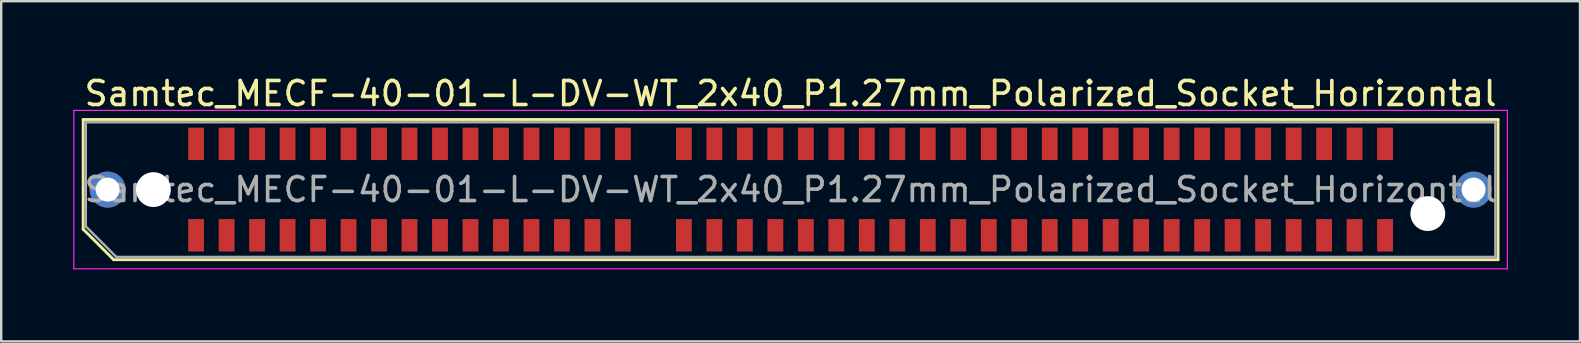
<source format=kicad_pcb>
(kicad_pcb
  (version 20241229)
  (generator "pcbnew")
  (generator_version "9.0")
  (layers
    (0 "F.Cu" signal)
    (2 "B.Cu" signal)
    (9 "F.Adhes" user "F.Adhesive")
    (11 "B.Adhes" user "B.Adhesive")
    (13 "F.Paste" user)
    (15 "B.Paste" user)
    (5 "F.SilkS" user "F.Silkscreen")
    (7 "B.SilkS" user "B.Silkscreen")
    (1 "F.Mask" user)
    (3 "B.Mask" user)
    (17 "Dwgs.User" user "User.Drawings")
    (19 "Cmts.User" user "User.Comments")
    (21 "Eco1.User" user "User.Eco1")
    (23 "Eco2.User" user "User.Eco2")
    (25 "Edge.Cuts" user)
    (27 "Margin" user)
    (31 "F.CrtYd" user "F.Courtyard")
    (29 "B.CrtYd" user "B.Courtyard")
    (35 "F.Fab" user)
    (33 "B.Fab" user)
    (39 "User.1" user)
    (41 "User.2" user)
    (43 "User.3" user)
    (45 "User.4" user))
  (footprint "Samtec_MECF-40-01-L-DV-WT_2x40_P1.27mm_Polarized_Socket_Horizontal"
    (layer "F.Cu")
    (at 29.885 4.848)
    (property "Reference" "Samtec_MECF-40-01-L-DV-WT_2x40_P1.27mm_Polarized_Socket_Horizontal" (at 0 -4 0) (layer "F.SilkS") (effects (font (size 1 1) (thickness 0.15))))
    (attr smd)
    (fp_line (start -29.47 -2.92) (end 29.47 -2.92) (stroke (width 0.12) (type solid)) (layer "F.SilkS"))
    (fp_line (start -29.47 1.65) (end -29.47 -2.92) (stroke (width 0.12) (type solid)) (layer "F.SilkS"))
    (fp_line (start -28.2 2.92) (end -29.47 1.65) (stroke (width 0.12) (type solid)) (layer "F.SilkS"))
    (fp_line (start -28.2 2.92) (end 29.47 2.92) (stroke (width 0.12) (type solid)) (layer "F.SilkS"))
    (fp_line (start 29.47 2.92) (end 29.47 -2.92) (stroke (width 0.12) (type solid)) (layer "F.SilkS"))
    (fp_line (start -29.86 -3.3) (end -29.86 3.3) (stroke (width 0.05) (type solid)) (layer "F.CrtYd"))
    (fp_line (start -29.86 3.3) (end 29.86 3.3) (stroke (width 0.05) (type solid)) (layer "F.CrtYd"))
    (fp_line (start 29.86 -3.3) (end -29.86 -3.3) (stroke (width 0.05) (type solid)) (layer "F.CrtYd"))
    (fp_line (start 29.86 3.3) (end 29.86 -3.3) (stroke (width 0.05) (type solid)) (layer "F.CrtYd"))
    (fp_line (start -29.36 -2.805) (end 29.36 -2.805) (stroke (width 0.1) (type solid)) (layer "F.Fab"))
    (fp_line (start -29.36 1.535) (end -29.36 -2.805) (stroke (width 0.1) (type solid)) (layer "F.Fab"))
    (fp_line (start -29.36 1.535) (end -28.09 2.805) (stroke (width 0.1) (type solid)) (layer "F.Fab"))
    (fp_line (start -28.09 2.805) (end 29.36 2.805) (stroke (width 0.1) (type solid)) (layer "F.Fab"))
    (fp_line (start 29.36 2.805) (end 29.36 -2.805) (stroke (width 0.1) (type solid)) (layer "F.Fab"))
    (fp_text user "${REFERENCE}" (at 0 0 0) (layer "F.Fab") (effects (font (size 1 1) (thickness 0.15))))
    (pad "" thru_hole circle (at -28.45 0) (size 1.5 1.5) (drill 1) (layers "*.Cu" "*.Mask"))
    (pad "" np_thru_hole circle (at -26.545 0) (size 1.45 1.45) (drill 1.45) (layers "*.Cu" "*.Mask"))
    (pad "" np_thru_hole circle (at 26.545 1) (size 1.45 1.45) (drill 1.45) (layers "*.Cu" "*.Mask"))
    (pad "" thru_hole circle (at 28.45 0) (size 1.5 1.5) (drill 1) (layers "*.Cu" "*.Mask"))
    (pad "1" smd rect (at -24.765 1.905) (size 0.66 1.35) (layers "F.Cu" "F.Mask" "F.Paste"))
    (pad "2" smd rect (at -24.765 -1.905) (size 0.66 1.35) (layers "F.Cu" "F.Mask" "F.Paste"))
    (pad "3" smd rect (at -23.495 1.905) (size 0.66 1.35) (layers "F.Cu" "F.Mask" "F.Paste"))
    (pad "4" smd rect (at -23.495 -1.905) (size 0.66 1.35) (layers "F.Cu" "F.Mask" "F.Paste"))
    (pad "5" smd rect (at -22.225 1.905) (size 0.66 1.35) (layers "F.Cu" "F.Mask" "F.Paste"))
    (pad "6" smd rect (at -22.225 -1.905) (size 0.66 1.35) (layers "F.Cu" "F.Mask" "F.Paste"))
    (pad "7" smd rect (at -20.955 1.905) (size 0.66 1.35) (layers "F.Cu" "F.Mask" "F.Paste"))
    (pad "8" smd rect (at -20.955 -1.905) (size 0.66 1.35) (layers "F.Cu" "F.Mask" "F.Paste"))
    (pad "9" smd rect (at -19.685 1.905) (size 0.66 1.35) (layers "F.Cu" "F.Mask" "F.Paste"))
    (pad "10" smd rect (at -19.685 -1.905) (size 0.66 1.35) (layers "F.Cu" "F.Mask" "F.Paste"))
    (pad "11" smd rect (at -18.415 1.905) (size 0.66 1.35) (layers "F.Cu" "F.Mask" "F.Paste"))
    (pad "12" smd rect (at -18.415 -1.905) (size 0.66 1.35) (layers "F.Cu" "F.Mask" "F.Paste"))
    (pad "13" smd rect (at -17.145 1.905) (size 0.66 1.35) (layers "F.Cu" "F.Mask" "F.Paste"))
    (pad "14" smd rect (at -17.145 -1.905) (size 0.66 1.35) (layers "F.Cu" "F.Mask" "F.Paste"))
    (pad "15" smd rect (at -15.875 1.905) (size 0.66 1.35) (layers "F.Cu" "F.Mask" "F.Paste"))
    (pad "16" smd rect (at -15.875 -1.905) (size 0.66 1.35) (layers "F.Cu" "F.Mask" "F.Paste"))
    (pad "17" smd rect (at -14.605 1.905) (size 0.66 1.35) (layers "F.Cu" "F.Mask" "F.Paste"))
    (pad "18" smd rect (at -14.605 -1.905) (size 0.66 1.35) (layers "F.Cu" "F.Mask" "F.Paste"))
    (pad "19" smd rect (at -13.335 1.905) (size 0.66 1.35) (layers "F.Cu" "F.Mask" "F.Paste"))
    (pad "20" smd rect (at -13.335 -1.905) (size 0.66 1.35) (layers "F.Cu" "F.Mask" "F.Paste"))
    (pad "21" smd rect (at -12.065 1.905) (size 0.66 1.35) (layers "F.Cu" "F.Mask" "F.Paste"))
    (pad "22" smd rect (at -12.065 -1.905) (size 0.66 1.35) (layers "F.Cu" "F.Mask" "F.Paste"))
    (pad "23" smd rect (at -10.795 1.905) (size 0.66 1.35) (layers "F.Cu" "F.Mask" "F.Paste"))
    (pad "24" smd rect (at -10.795 -1.905) (size 0.66 1.35) (layers "F.Cu" "F.Mask" "F.Paste"))
    (pad "25" smd rect (at -9.525 1.905) (size 0.66 1.35) (layers "F.Cu" "F.Mask" "F.Paste"))
    (pad "26" smd rect (at -9.525 -1.905) (size 0.66 1.35) (layers "F.Cu" "F.Mask" "F.Paste"))
    (pad "27" smd rect (at -8.255 1.905) (size 0.66 1.35) (layers "F.Cu" "F.Mask" "F.Paste"))
    (pad "28" smd rect (at -8.255 -1.905) (size 0.66 1.35) (layers "F.Cu" "F.Mask" "F.Paste"))
    (pad "29" smd rect (at -6.985 1.905) (size 0.66 1.35) (layers "F.Cu" "F.Mask" "F.Paste"))
    (pad "30" smd rect (at -6.985 -1.905) (size 0.66 1.35) (layers "F.Cu" "F.Mask" "F.Paste"))
    (pad "33" smd rect (at -4.445 1.905) (size 0.66 1.35) (layers "F.Cu" "F.Mask" "F.Paste"))
    (pad "34" smd rect (at -4.445 -1.905) (size 0.66 1.35) (layers "F.Cu" "F.Mask" "F.Paste"))
    (pad "35" smd rect (at -3.175 1.905) (size 0.66 1.35) (layers "F.Cu" "F.Mask" "F.Paste"))
    (pad "36" smd rect (at -3.175 -1.905) (size 0.66 1.35) (layers "F.Cu" "F.Mask" "F.Paste"))
    (pad "37" smd rect (at -1.905 1.905) (size 0.66 1.35) (layers "F.Cu" "F.Mask" "F.Paste"))
    (pad "38" smd rect (at -1.905 -1.905) (size 0.66 1.35) (layers "F.Cu" "F.Mask" "F.Paste"))
    (pad "39" smd rect (at -0.635 1.905) (size 0.66 1.35) (layers "F.Cu" "F.Mask" "F.Paste"))
    (pad "40" smd rect (at -0.635 -1.905) (size 0.66 1.35) (layers "F.Cu" "F.Mask" "F.Paste"))
    (pad "41" smd rect (at 0.635 1.905) (size 0.66 1.35) (layers "F.Cu" "F.Mask" "F.Paste"))
    (pad "42" smd rect (at 0.635 -1.905) (size 0.66 1.35) (layers "F.Cu" "F.Mask" "F.Paste"))
    (pad "43" smd rect (at 1.905 1.905) (size 0.66 1.35) (layers "F.Cu" "F.Mask" "F.Paste"))
    (pad "44" smd rect (at 1.905 -1.905) (size 0.66 1.35) (layers "F.Cu" "F.Mask" "F.Paste"))
    (pad "45" smd rect (at 3.175 1.905) (size 0.66 1.35) (layers "F.Cu" "F.Mask" "F.Paste"))
    (pad "46" smd rect (at 3.175 -1.905) (size 0.66 1.35) (layers "F.Cu" "F.Mask" "F.Paste"))
    (pad "47" smd rect (at 4.445 1.905) (size 0.66 1.35) (layers "F.Cu" "F.Mask" "F.Paste"))
    (pad "48" smd rect (at 4.445 -1.905) (size 0.66 1.35) (layers "F.Cu" "F.Mask" "F.Paste"))
    (pad "49" smd rect (at 5.715 1.905) (size 0.66 1.35) (layers "F.Cu" "F.Mask" "F.Paste"))
    (pad "50" smd rect (at 5.715 -1.905) (size 0.66 1.35) (layers "F.Cu" "F.Mask" "F.Paste"))
    (pad "51" smd rect (at 6.985 1.905) (size 0.66 1.35) (layers "F.Cu" "F.Mask" "F.Paste"))
    (pad "52" smd rect (at 6.985 -1.905) (size 0.66 1.35) (layers "F.Cu" "F.Mask" "F.Paste"))
    (pad "53" smd rect (at 8.255 1.905) (size 0.66 1.35) (layers "F.Cu" "F.Mask" "F.Paste"))
    (pad "54" smd rect (at 8.255 -1.905) (size 0.66 1.35) (layers "F.Cu" "F.Mask" "F.Paste"))
    (pad "55" smd rect (at 9.525 1.905) (size 0.66 1.35) (layers "F.Cu" "F.Mask" "F.Paste"))
    (pad "56" smd rect (at 9.525 -1.905) (size 0.66 1.35) (layers "F.Cu" "F.Mask" "F.Paste"))
    (pad "57" smd rect (at 10.795 1.905) (size 0.66 1.35) (layers "F.Cu" "F.Mask" "F.Paste"))
    (pad "58" smd rect (at 10.795 -1.905) (size 0.66 1.35) (layers "F.Cu" "F.Mask" "F.Paste"))
    (pad "59" smd rect (at 12.065 1.905) (size 0.66 1.35) (layers "F.Cu" "F.Mask" "F.Paste"))
    (pad "60" smd rect (at 12.065 -1.905) (size 0.66 1.35) (layers "F.Cu" "F.Mask" "F.Paste"))
    (pad "61" smd rect (at 13.335 1.905) (size 0.66 1.35) (layers "F.Cu" "F.Mask" "F.Paste"))
    (pad "62" smd rect (at 13.335 -1.905) (size 0.66 1.35) (layers "F.Cu" "F.Mask" "F.Paste"))
    (pad "63" smd rect (at 14.605 1.905) (size 0.66 1.35) (layers "F.Cu" "F.Mask" "F.Paste"))
    (pad "64" smd rect (at 14.605 -1.905) (size 0.66 1.35) (layers "F.Cu" "F.Mask" "F.Paste"))
    (pad "65" smd rect (at 15.875 1.905) (size 0.66 1.35) (layers "F.Cu" "F.Mask" "F.Paste"))
    (pad "66" smd rect (at 15.875 -1.905) (size 0.66 1.35) (layers "F.Cu" "F.Mask" "F.Paste"))
    (pad "67" smd rect (at 17.145 1.905) (size 0.66 1.35) (layers "F.Cu" "F.Mask" "F.Paste"))
    (pad "68" smd rect (at 17.145 -1.905) (size 0.66 1.35) (layers "F.Cu" "F.Mask" "F.Paste"))
    (pad "69" smd rect (at 18.415 1.905) (size 0.66 1.35) (layers "F.Cu" "F.Mask" "F.Paste"))
    (pad "70" smd rect (at 18.415 -1.905) (size 0.66 1.35) (layers "F.Cu" "F.Mask" "F.Paste"))
    (pad "71" smd rect (at 19.685 1.905) (size 0.66 1.35) (layers "F.Cu" "F.Mask" "F.Paste"))
    (pad "72" smd rect (at 19.685 -1.905) (size 0.66 1.35) (layers "F.Cu" "F.Mask" "F.Paste"))
    (pad "73" smd rect (at 20.955 1.905) (size 0.66 1.35) (layers "F.Cu" "F.Mask" "F.Paste"))
    (pad "74" smd rect (at 20.955 -1.905) (size 0.66 1.35) (layers "F.Cu" "F.Mask" "F.Paste"))
    (pad "75" smd rect (at 22.225 1.905) (size 0.66 1.35) (layers "F.Cu" "F.Mask" "F.Paste"))
    (pad "76" smd rect (at 22.225 -1.905) (size 0.66 1.35) (layers "F.Cu" "F.Mask" "F.Paste"))
    (pad "77" smd rect (at 23.495 1.905) (size 0.66 1.35) (layers "F.Cu" "F.Mask" "F.Paste"))
    (pad "78" smd rect (at 23.495 -1.905) (size 0.66 1.35) (layers "F.Cu" "F.Mask" "F.Paste"))
    (pad "79" smd rect (at 24.765 1.905) (size 0.66 1.35) (layers "F.Cu" "F.Mask" "F.Paste"))
    (pad "80" smd rect (at 24.765 -1.905) (size 0.66 1.35) (layers "F.Cu" "F.Mask" "F.Paste")))
  (gr_rect
    (start -3 -3)
    (end 62.77 11.173)
    (stroke (width 0.1) (type default))
    (fill no)
    (layer "Edge.Cuts")))
</source>
